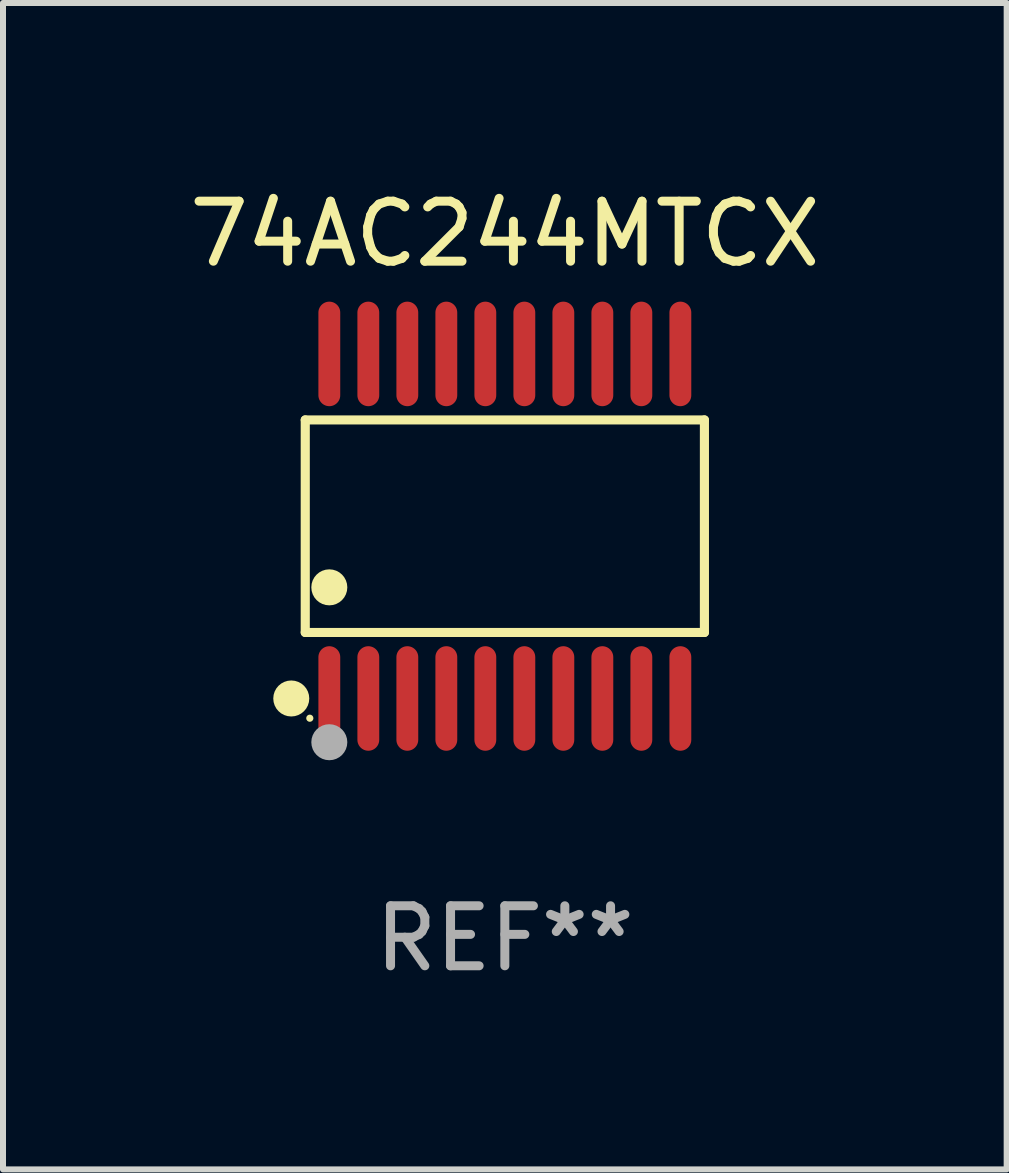
<source format=kicad_pcb>
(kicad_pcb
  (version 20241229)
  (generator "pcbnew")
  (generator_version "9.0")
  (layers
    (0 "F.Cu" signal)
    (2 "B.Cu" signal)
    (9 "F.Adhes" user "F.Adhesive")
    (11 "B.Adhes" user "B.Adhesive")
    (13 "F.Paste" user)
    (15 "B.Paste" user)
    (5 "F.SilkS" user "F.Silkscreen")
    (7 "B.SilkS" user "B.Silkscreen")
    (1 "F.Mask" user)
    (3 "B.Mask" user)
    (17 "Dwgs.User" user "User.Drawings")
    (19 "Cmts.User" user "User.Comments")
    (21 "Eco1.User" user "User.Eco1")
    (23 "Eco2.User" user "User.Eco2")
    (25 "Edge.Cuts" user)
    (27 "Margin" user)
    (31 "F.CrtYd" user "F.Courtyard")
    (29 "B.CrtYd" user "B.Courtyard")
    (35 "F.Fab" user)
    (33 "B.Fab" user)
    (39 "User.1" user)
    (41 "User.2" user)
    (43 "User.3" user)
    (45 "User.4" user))
  (footprint "74AC244MTCX"
    (layer "F.Cu")
    (at 5.363 5.719)
    (property "Reference" "74AC244MTCX" (at 0 -4.871 0) (layer "F.SilkS") (effects (font (size 1 1) (thickness 0.15))))
    (attr through_hole)
    (fp_line (start -3.326 -1.771) (end 3.326 -1.771) (stroke (width 0.152) (type solid)) (layer "F.SilkS"))
    (fp_line (start -3.326 1.771) (end -3.326 -1.771) (stroke (width 0.152) (type solid)) (layer "F.SilkS"))
    (fp_line (start 3.326 -1.771) (end 3.326 1.771) (stroke (width 0.152) (type solid)) (layer "F.SilkS"))
    (fp_line (start 3.326 1.771) (end -3.326 1.771) (stroke (width 0.152) (type solid)) (layer "F.SilkS"))
    (fp_circle (center -3.559 2.871) (end -3.409 2.871) (stroke (width 0.3) (type solid)) (fill no) (layer "F.SilkS"))
    (fp_circle (center -3.25 3.2) (end -3.22 3.2) (stroke (width 0.06) (type solid)) (fill no) (layer "F.SilkS"))
    (fp_circle (center -2.925 1.019) (end -2.775 1.019) (stroke (width 0.3) (type solid)) (fill no) (layer "F.SilkS"))
    (fp_circle (center -2.925 3.6) (end -2.775 3.6) (stroke (width 0.3) (type solid)) (fill no) (layer "F.Fab"))
    (fp_text user "REF**" (at 0 6.871 0) (layer "F.Fab") (effects (font (size 1 1) (thickness 0.15))))
    (pad "1" smd oval (at -2.925 2.871) (size 0.364 1.742) (layers "F.Cu" "F.Mask" "F.Paste"))
    (pad "2" smd oval (at -2.275 2.871) (size 0.364 1.742) (layers "F.Cu" "F.Mask" "F.Paste"))
    (pad "3" smd oval (at -1.625 2.871) (size 0.364 1.742) (layers "F.Cu" "F.Mask" "F.Paste"))
    (pad "4" smd oval (at -0.975 2.871) (size 0.364 1.742) (layers "F.Cu" "F.Mask" "F.Paste"))
    (pad "5" smd oval (at -0.325 2.871) (size 0.364 1.742) (layers "F.Cu" "F.Mask" "F.Paste"))
    (pad "6" smd oval (at 0.325 2.871) (size 0.364 1.742) (layers "F.Cu" "F.Mask" "F.Paste"))
    (pad "7" smd oval (at 0.975 2.871) (size 0.364 1.742) (layers "F.Cu" "F.Mask" "F.Paste"))
    (pad "8" smd oval (at 1.625 2.871) (size 0.364 1.742) (layers "F.Cu" "F.Mask" "F.Paste"))
    (pad "9" smd oval (at 2.275 2.871) (size 0.364 1.742) (layers "F.Cu" "F.Mask" "F.Paste"))
    (pad "10" smd oval (at 2.925 2.871) (size 0.364 1.742) (layers "F.Cu" "F.Mask" "F.Paste"))
    (pad "11" smd oval (at 2.925 -2.871) (size 0.364 1.742) (layers "F.Cu" "F.Mask" "F.Paste"))
    (pad "12" smd oval (at 2.275 -2.871) (size 0.364 1.742) (layers "F.Cu" "F.Mask" "F.Paste"))
    (pad "13" smd oval (at 1.625 -2.871) (size 0.364 1.742) (layers "F.Cu" "F.Mask" "F.Paste"))
    (pad "14" smd oval (at 0.975 -2.871) (size 0.364 1.742) (layers "F.Cu" "F.Mask" "F.Paste"))
    (pad "15" smd oval (at 0.325 -2.871) (size 0.364 1.742) (layers "F.Cu" "F.Mask" "F.Paste"))
    (pad "16" smd oval (at -0.325 -2.871) (size 0.364 1.742) (layers "F.Cu" "F.Mask" "F.Paste"))
    (pad "17" smd oval (at -0.975 -2.871) (size 0.364 1.742) (layers "F.Cu" "F.Mask" "F.Paste"))
    (pad "18" smd oval (at -1.625 -2.871) (size 0.364 1.742) (layers "F.Cu" "F.Mask" "F.Paste"))
    (pad "19" smd oval (at -2.275 -2.871) (size 0.364 1.742) (layers "F.Cu" "F.Mask" "F.Paste"))
    (pad "20" smd oval (at -2.925 -2.871) (size 0.364 1.742) (layers "F.Cu" "F.Mask" "F.Paste")))
  (gr_rect
    (start -3 -3)
    (end 13.726 16.438)
    (stroke (width 0.1) (type default))
    (fill no)
    (layer "Edge.Cuts")))
</source>
